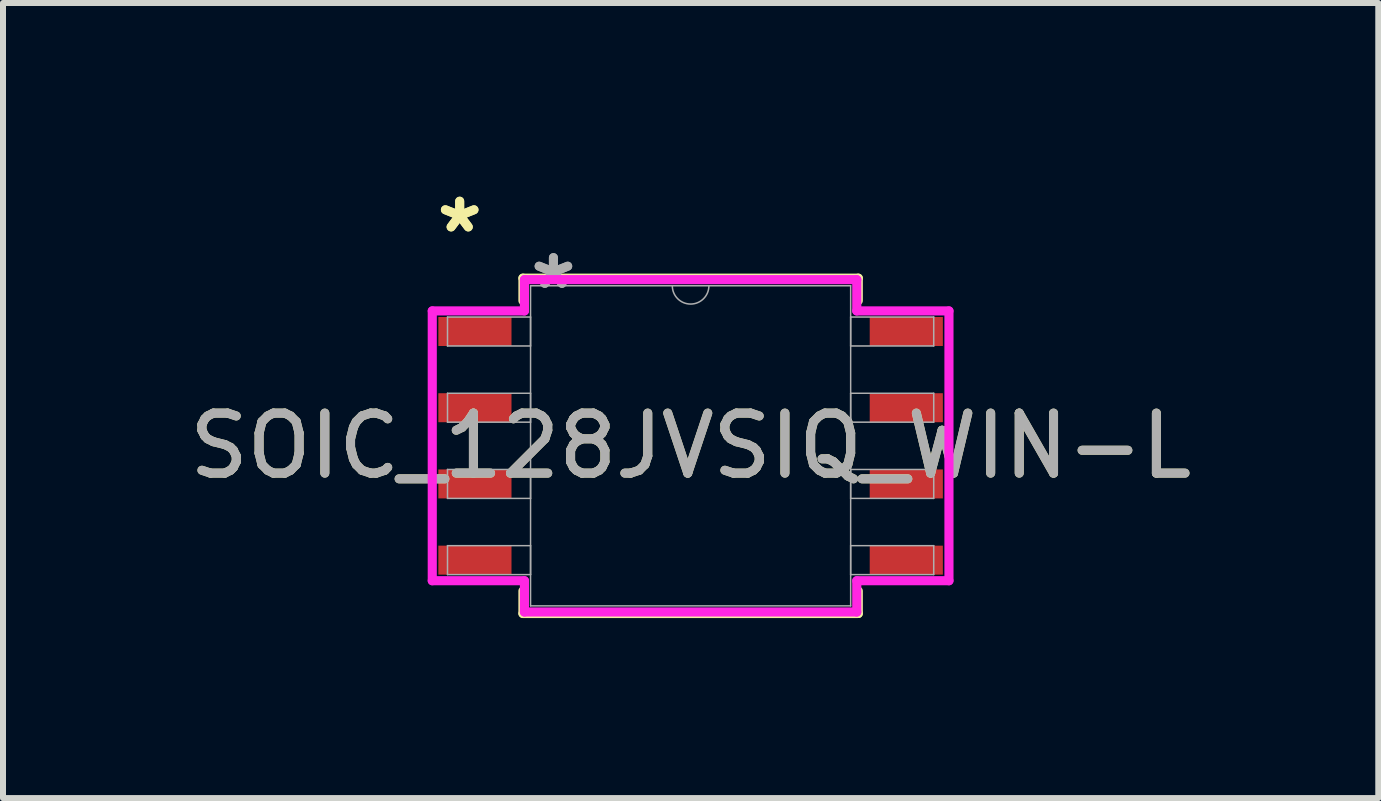
<source format=kicad_pcb>
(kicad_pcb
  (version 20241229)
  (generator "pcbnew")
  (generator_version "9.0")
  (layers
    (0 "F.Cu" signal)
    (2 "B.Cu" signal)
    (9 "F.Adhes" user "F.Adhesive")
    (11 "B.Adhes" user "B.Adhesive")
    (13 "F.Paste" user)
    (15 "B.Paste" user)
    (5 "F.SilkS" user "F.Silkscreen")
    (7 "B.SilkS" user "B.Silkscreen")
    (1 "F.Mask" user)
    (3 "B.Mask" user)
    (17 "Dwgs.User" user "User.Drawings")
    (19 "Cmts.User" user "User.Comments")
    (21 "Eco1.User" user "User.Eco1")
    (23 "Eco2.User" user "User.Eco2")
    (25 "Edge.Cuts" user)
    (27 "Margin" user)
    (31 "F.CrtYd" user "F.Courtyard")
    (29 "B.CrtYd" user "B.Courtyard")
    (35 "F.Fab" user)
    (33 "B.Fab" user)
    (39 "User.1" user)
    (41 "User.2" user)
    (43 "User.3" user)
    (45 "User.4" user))
  (footprint "SOIC_128JVSIQ_WIN-L"
    (layer "F.Cu")
    (at 8.458 4.379)
    (property "Reference" "SOIC_128JVSIQ_WIN-L" (at 0 0 0) (unlocked yes) (layer "F.SilkS") (effects (font (size 1 1) (thickness 0.15))))
    (attr smd)
    (fp_line (start -2.794 -2.794) (end -2.794 -2.419) (stroke (width 0.152) (type solid)) (layer "F.SilkS"))
    (fp_line (start -2.794 2.419) (end -2.794 2.794) (stroke (width 0.152) (type solid)) (layer "F.SilkS"))
    (fp_line (start -2.794 2.794) (end 2.794 2.794) (stroke (width 0.152) (type solid)) (layer "F.SilkS"))
    (fp_line (start 2.794 -2.794) (end -2.794 -2.794) (stroke (width 0.152) (type solid)) (layer "F.SilkS"))
    (fp_line (start 2.794 -2.419) (end 2.794 -2.794) (stroke (width 0.152) (type solid)) (layer "F.SilkS"))
    (fp_line (start 2.794 2.794) (end 2.794 2.419) (stroke (width 0.152) (type solid)) (layer "F.SilkS"))
    (fp_line (start -4.305 -2.248) (end -2.769 -2.248) (stroke (width 0.152) (type solid)) (layer "F.CrtYd"))
    (fp_line (start -4.305 2.248) (end -4.305 -2.248) (stroke (width 0.152) (type solid)) (layer "F.CrtYd"))
    (fp_line (start -4.305 2.248) (end -2.769 2.248) (stroke (width 0.152) (type solid)) (layer "F.CrtYd"))
    (fp_line (start -2.769 -2.769) (end 2.769 -2.769) (stroke (width 0.152) (type solid)) (layer "F.CrtYd"))
    (fp_line (start -2.769 -2.248) (end -2.769 -2.769) (stroke (width 0.152) (type solid)) (layer "F.CrtYd"))
    (fp_line (start -2.769 2.769) (end -2.769 2.248) (stroke (width 0.152) (type solid)) (layer "F.CrtYd"))
    (fp_line (start 2.769 -2.769) (end 2.769 -2.248) (stroke (width 0.152) (type solid)) (layer "F.CrtYd"))
    (fp_line (start 2.769 2.248) (end 2.769 2.769) (stroke (width 0.152) (type solid)) (layer "F.CrtYd"))
    (fp_line (start 2.769 2.769) (end -2.769 2.769) (stroke (width 0.152) (type solid)) (layer "F.CrtYd"))
    (fp_line (start 4.305 -2.248) (end 2.769 -2.248) (stroke (width 0.152) (type solid)) (layer "F.CrtYd"))
    (fp_line (start 4.305 -2.248) (end 4.305 2.248) (stroke (width 0.152) (type solid)) (layer "F.CrtYd"))
    (fp_line (start 4.305 2.248) (end 2.769 2.248) (stroke (width 0.152) (type solid)) (layer "F.CrtYd"))
    (fp_line (start -4.051 -2.146) (end -4.051 -1.664) (stroke (width 0.025) (type solid)) (layer "F.Fab"))
    (fp_line (start -4.051 -1.664) (end -2.667 -1.664) (stroke (width 0.025) (type solid)) (layer "F.Fab"))
    (fp_line (start -4.051 -0.876) (end -4.051 -0.394) (stroke (width 0.025) (type solid)) (layer "F.Fab"))
    (fp_line (start -4.051 -0.394) (end -2.667 -0.394) (stroke (width 0.025) (type solid)) (layer "F.Fab"))
    (fp_line (start -4.051 0.394) (end -4.051 0.876) (stroke (width 0.025) (type solid)) (layer "F.Fab"))
    (fp_line (start -4.051 0.876) (end -2.667 0.876) (stroke (width 0.025) (type solid)) (layer "F.Fab"))
    (fp_line (start -4.051 1.664) (end -4.051 2.146) (stroke (width 0.025) (type solid)) (layer "F.Fab"))
    (fp_line (start -4.051 2.146) (end -2.667 2.146) (stroke (width 0.025) (type solid)) (layer "F.Fab"))
    (fp_line (start -2.667 -2.667) (end -2.667 2.667) (stroke (width 0.025) (type solid)) (layer "F.Fab"))
    (fp_line (start -2.667 -2.146) (end -4.051 -2.146) (stroke (width 0.025) (type solid)) (layer "F.Fab"))
    (fp_line (start -2.667 -1.664) (end -2.667 -2.146) (stroke (width 0.025) (type solid)) (layer "F.Fab"))
    (fp_line (start -2.667 -0.876) (end -4.051 -0.876) (stroke (width 0.025) (type solid)) (layer "F.Fab"))
    (fp_line (start -2.667 -0.394) (end -2.667 -0.876) (stroke (width 0.025) (type solid)) (layer "F.Fab"))
    (fp_line (start -2.667 0.394) (end -4.051 0.394) (stroke (width 0.025) (type solid)) (layer "F.Fab"))
    (fp_line (start -2.667 0.876) (end -2.667 0.394) (stroke (width 0.025) (type solid)) (layer "F.Fab"))
    (fp_line (start -2.667 1.664) (end -4.051 1.664) (stroke (width 0.025) (type solid)) (layer "F.Fab"))
    (fp_line (start -2.667 2.146) (end -2.667 1.664) (stroke (width 0.025) (type solid)) (layer "F.Fab"))
    (fp_line (start -2.667 2.667) (end 2.667 2.667) (stroke (width 0.025) (type solid)) (layer "F.Fab"))
    (fp_line (start 2.667 -2.667) (end -2.667 -2.667) (stroke (width 0.025) (type solid)) (layer "F.Fab"))
    (fp_line (start 2.667 -2.146) (end 2.667 -1.664) (stroke (width 0.025) (type solid)) (layer "F.Fab"))
    (fp_line (start 2.667 -1.664) (end 4.051 -1.664) (stroke (width 0.025) (type solid)) (layer "F.Fab"))
    (fp_line (start 2.667 -0.876) (end 2.667 -0.394) (stroke (width 0.025) (type solid)) (layer "F.Fab"))
    (fp_line (start 2.667 -0.394) (end 4.051 -0.394) (stroke (width 0.025) (type solid)) (layer "F.Fab"))
    (fp_line (start 2.667 0.394) (end 2.667 0.876) (stroke (width 0.025) (type solid)) (layer "F.Fab"))
    (fp_line (start 2.667 0.876) (end 4.051 0.876) (stroke (width 0.025) (type solid)) (layer "F.Fab"))
    (fp_line (start 2.667 1.664) (end 2.667 2.146) (stroke (width 0.025) (type solid)) (layer "F.Fab"))
    (fp_line (start 2.667 2.146) (end 4.051 2.146) (stroke (width 0.025) (type solid)) (layer "F.Fab"))
    (fp_line (start 2.667 2.667) (end 2.667 -2.667) (stroke (width 0.025) (type solid)) (layer "F.Fab"))
    (fp_line (start 4.051 -2.146) (end 2.667 -2.146) (stroke (width 0.025) (type solid)) (layer "F.Fab"))
    (fp_line (start 4.051 -1.664) (end 4.051 -2.146) (stroke (width 0.025) (type solid)) (layer "F.Fab"))
    (fp_line (start 4.051 -0.876) (end 2.667 -0.876) (stroke (width 0.025) (type solid)) (layer "F.Fab"))
    (fp_line (start 4.051 -0.394) (end 4.051 -0.876) (stroke (width 0.025) (type solid)) (layer "F.Fab"))
    (fp_line (start 4.051 0.394) (end 2.667 0.394) (stroke (width 0.025) (type solid)) (layer "F.Fab"))
    (fp_line (start 4.051 0.876) (end 4.051 0.394) (stroke (width 0.025) (type solid)) (layer "F.Fab"))
    (fp_line (start 4.051 1.664) (end 2.667 1.664) (stroke (width 0.025) (type solid)) (layer "F.Fab"))
    (fp_line (start 4.051 2.146) (end 4.051 1.664) (stroke (width 0.025) (type solid)) (layer "F.Fab"))
    (fp_arc (start 0.3048 -2.667) (mid 0 -2.3622) (end -0.3048 -2.667) (stroke (width 0.0254) (type solid)) (layer "F.Fab"))
    (fp_text user "*" (at -3.848 -3.531 0) (unlocked yes) (layer "F.SilkS") (effects (font (size 1 1) (thickness 0.15))))
    (fp_text user "*" (at -3.848 -3.531 0) (layer "F.SilkS") (effects (font (size 1 1) (thickness 0.15))))
    (fp_text user "*" (at -2.286 -2.591 0) (unlocked yes) (layer "F.Fab") (effects (font (size 1 1) (thickness 0.15))))
    (fp_text user "${REFERENCE}" (at 0 0 0) (unlocked yes) (layer "F.Fab") (effects (font (size 1 1) (thickness 0.15))))
    (fp_text user "*" (at -2.286 -2.591 0) (layer "F.Fab") (effects (font (size 1 1) (thickness 0.15))))
    (pad "1" smd rect (at -3.594 -1.905) (size 1.219 0.483) (layers "F.Cu" "F.Mask" "F.Paste"))
    (pad "2" smd rect (at -3.594 -0.635) (size 1.219 0.483) (layers "F.Cu" "F.Mask" "F.Paste"))
    (pad "3" smd rect (at -3.594 0.635) (size 1.219 0.483) (layers "F.Cu" "F.Mask" "F.Paste"))
    (pad "4" smd rect (at -3.594 1.905) (size 1.219 0.483) (layers "F.Cu" "F.Mask" "F.Paste"))
    (pad "5" smd rect (at 3.594 1.905) (size 1.219 0.483) (layers "F.Cu" "F.Mask" "F.Paste"))
    (pad "6" smd rect (at 3.594 0.635) (size 1.219 0.483) (layers "F.Cu" "F.Mask" "F.Paste"))
    (pad "7" smd rect (at 3.594 -0.635) (size 1.219 0.483) (layers "F.Cu" "F.Mask" "F.Paste"))
    (pad "8" smd rect (at 3.594 -1.905) (size 1.219 0.483) (layers "F.Cu" "F.Mask" "F.Paste")))
  (gr_rect
    (start -3 -3)
    (end 19.917 10.249)
    (stroke (width 0.1) (type default))
    (fill no)
    (layer "Edge.Cuts")))
</source>
